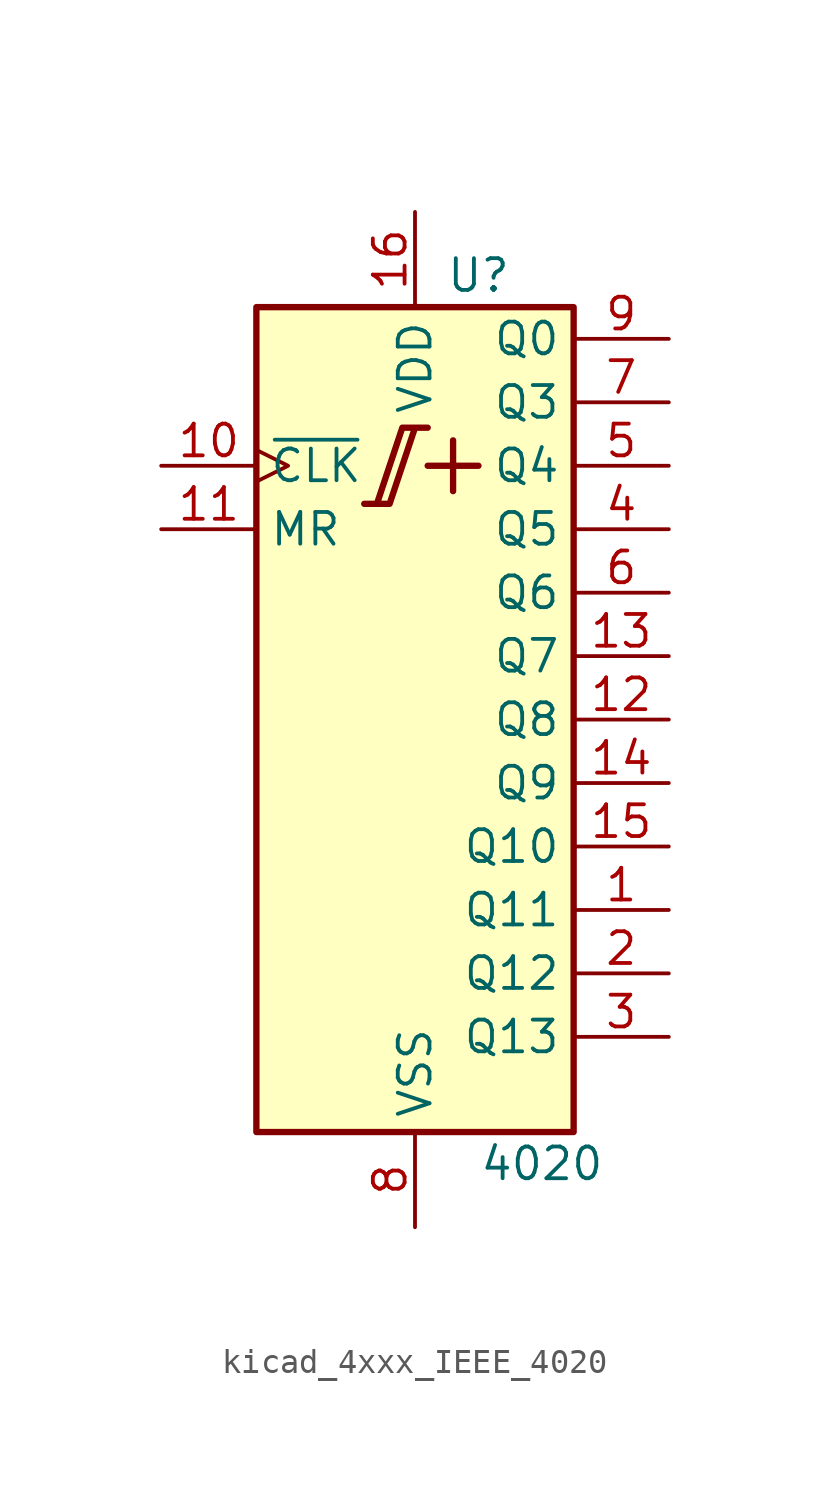
<source format=kicad_sym>
(kicad_symbol_lib
  (version 20220914)
  (generator kicad_symbol_editor)
  (symbol "kicad_4xxx_IEEE_4020"
    (property "Reference" "U"
      (at 2.54 17.78 0)
      (effects (font (size 1.27 1.27))))
    (property "Value" "4020"
      (at 5.08 -17.78 0)
      (effects (font (size 1.27 1.27))))
    (symbol "kicad_4xxx_IEEE_4020_0_0"
      (rectangle (start -6.35 16.51) (end 6.35 -16.51) (stroke (width 0.254) (type default)) (fill (type background)))
      (polyline (pts (xy 0.508 10.16) (xy 2.54 10.16) (xy 2.54 10.16)) (stroke (width 0.254) (type default)) (fill (type background)))
      (polyline (pts (xy 1.524 11.176) (xy 1.524 9.144) (xy 1.524 9.144)) (stroke (width 0.254) (type default)) (fill (type background)))
      (polyline (pts (xy -2.032 8.636) (xy -1.016 8.636) (xy 0 11.684) (xy 0.508 11.684) (xy -0.508 11.684) (xy -1.524 8.636) (xy -1.524 8.636)) (stroke (width 0.254) (type default)) (fill (type background)))
      (pin power_in line (at 0 20.32 270) (length 3.81) (name "VDD" (effects (font (size 1.27 1.27)))) (number "16" (effects (font (size 1.27 1.27)))))
      (pin power_in line (at 0 -20.32 90) (length 3.81) (name "VSS" (effects (font (size 1.27 1.27)))) (number "8" (effects (font (size 1.27 1.27))))))
    (symbol "kicad_4xxx_IEEE_4020_1_1"
      (pin output line (at 10.16 -7.62 180) (length 3.81) (name "Q11" (effects (font (size 1.27 1.27)))) (number "1" (effects (font (size 1.27 1.27)))))
      (pin input clock (at -10.16 10.16 0) (length 3.81) (name "~{CLK}" (effects (font (size 1.27 1.27)))) (number "10" (effects (font (size 1.27 1.27)))))
      (pin input line (at -10.16 7.62 0) (length 3.81) (name "MR" (effects (font (size 1.27 1.27)))) (number "11" (effects (font (size 1.27 1.27)))))
      (pin output line (at 10.16 0 180) (length 3.81) (name "Q8" (effects (font (size 1.27 1.27)))) (number "12" (effects (font (size 1.27 1.27)))))
      (pin output line (at 10.16 2.54 180) (length 3.81) (name "Q7" (effects (font (size 1.27 1.27)))) (number "13" (effects (font (size 1.27 1.27)))))
      (pin output line (at 10.16 -2.54 180) (length 3.81) (name "Q9" (effects (font (size 1.27 1.27)))) (number "14" (effects (font (size 1.27 1.27)))))
      (pin output line (at 10.16 -5.08 180) (length 3.81) (name "Q10" (effects (font (size 1.27 1.27)))) (number "15" (effects (font (size 1.27 1.27)))))
      (pin output line (at 10.16 -10.16 180) (length 3.81) (name "Q12" (effects (font (size 1.27 1.27)))) (number "2" (effects (font (size 1.27 1.27)))))
      (pin output line (at 10.16 -12.7 180) (length 3.81) (name "Q13" (effects (font (size 1.27 1.27)))) (number "3" (effects (font (size 1.27 1.27)))))
      (pin output line (at 10.16 7.62 180) (length 3.81) (name "Q5" (effects (font (size 1.27 1.27)))) (number "4" (effects (font (size 1.27 1.27)))))
      (pin output line (at 10.16 10.16 180) (length 3.81) (name "Q4" (effects (font (size 1.27 1.27)))) (number "5" (effects (font (size 1.27 1.27)))))
      (pin output line (at 10.16 5.08 180) (length 3.81) (name "Q6" (effects (font (size 1.27 1.27)))) (number "6" (effects (font (size 1.27 1.27)))))
      (pin output line (at 10.16 12.7 180) (length 3.81) (name "Q3" (effects (font (size 1.27 1.27)))) (number "7" (effects (font (size 1.27 1.27)))))
      (pin output line (at 10.16 15.24 180) (length 3.81) (name "Q0" (effects (font (size 1.27 1.27)))) (number "9" (effects (font (size 1.27 1.27))))))))
</source>
